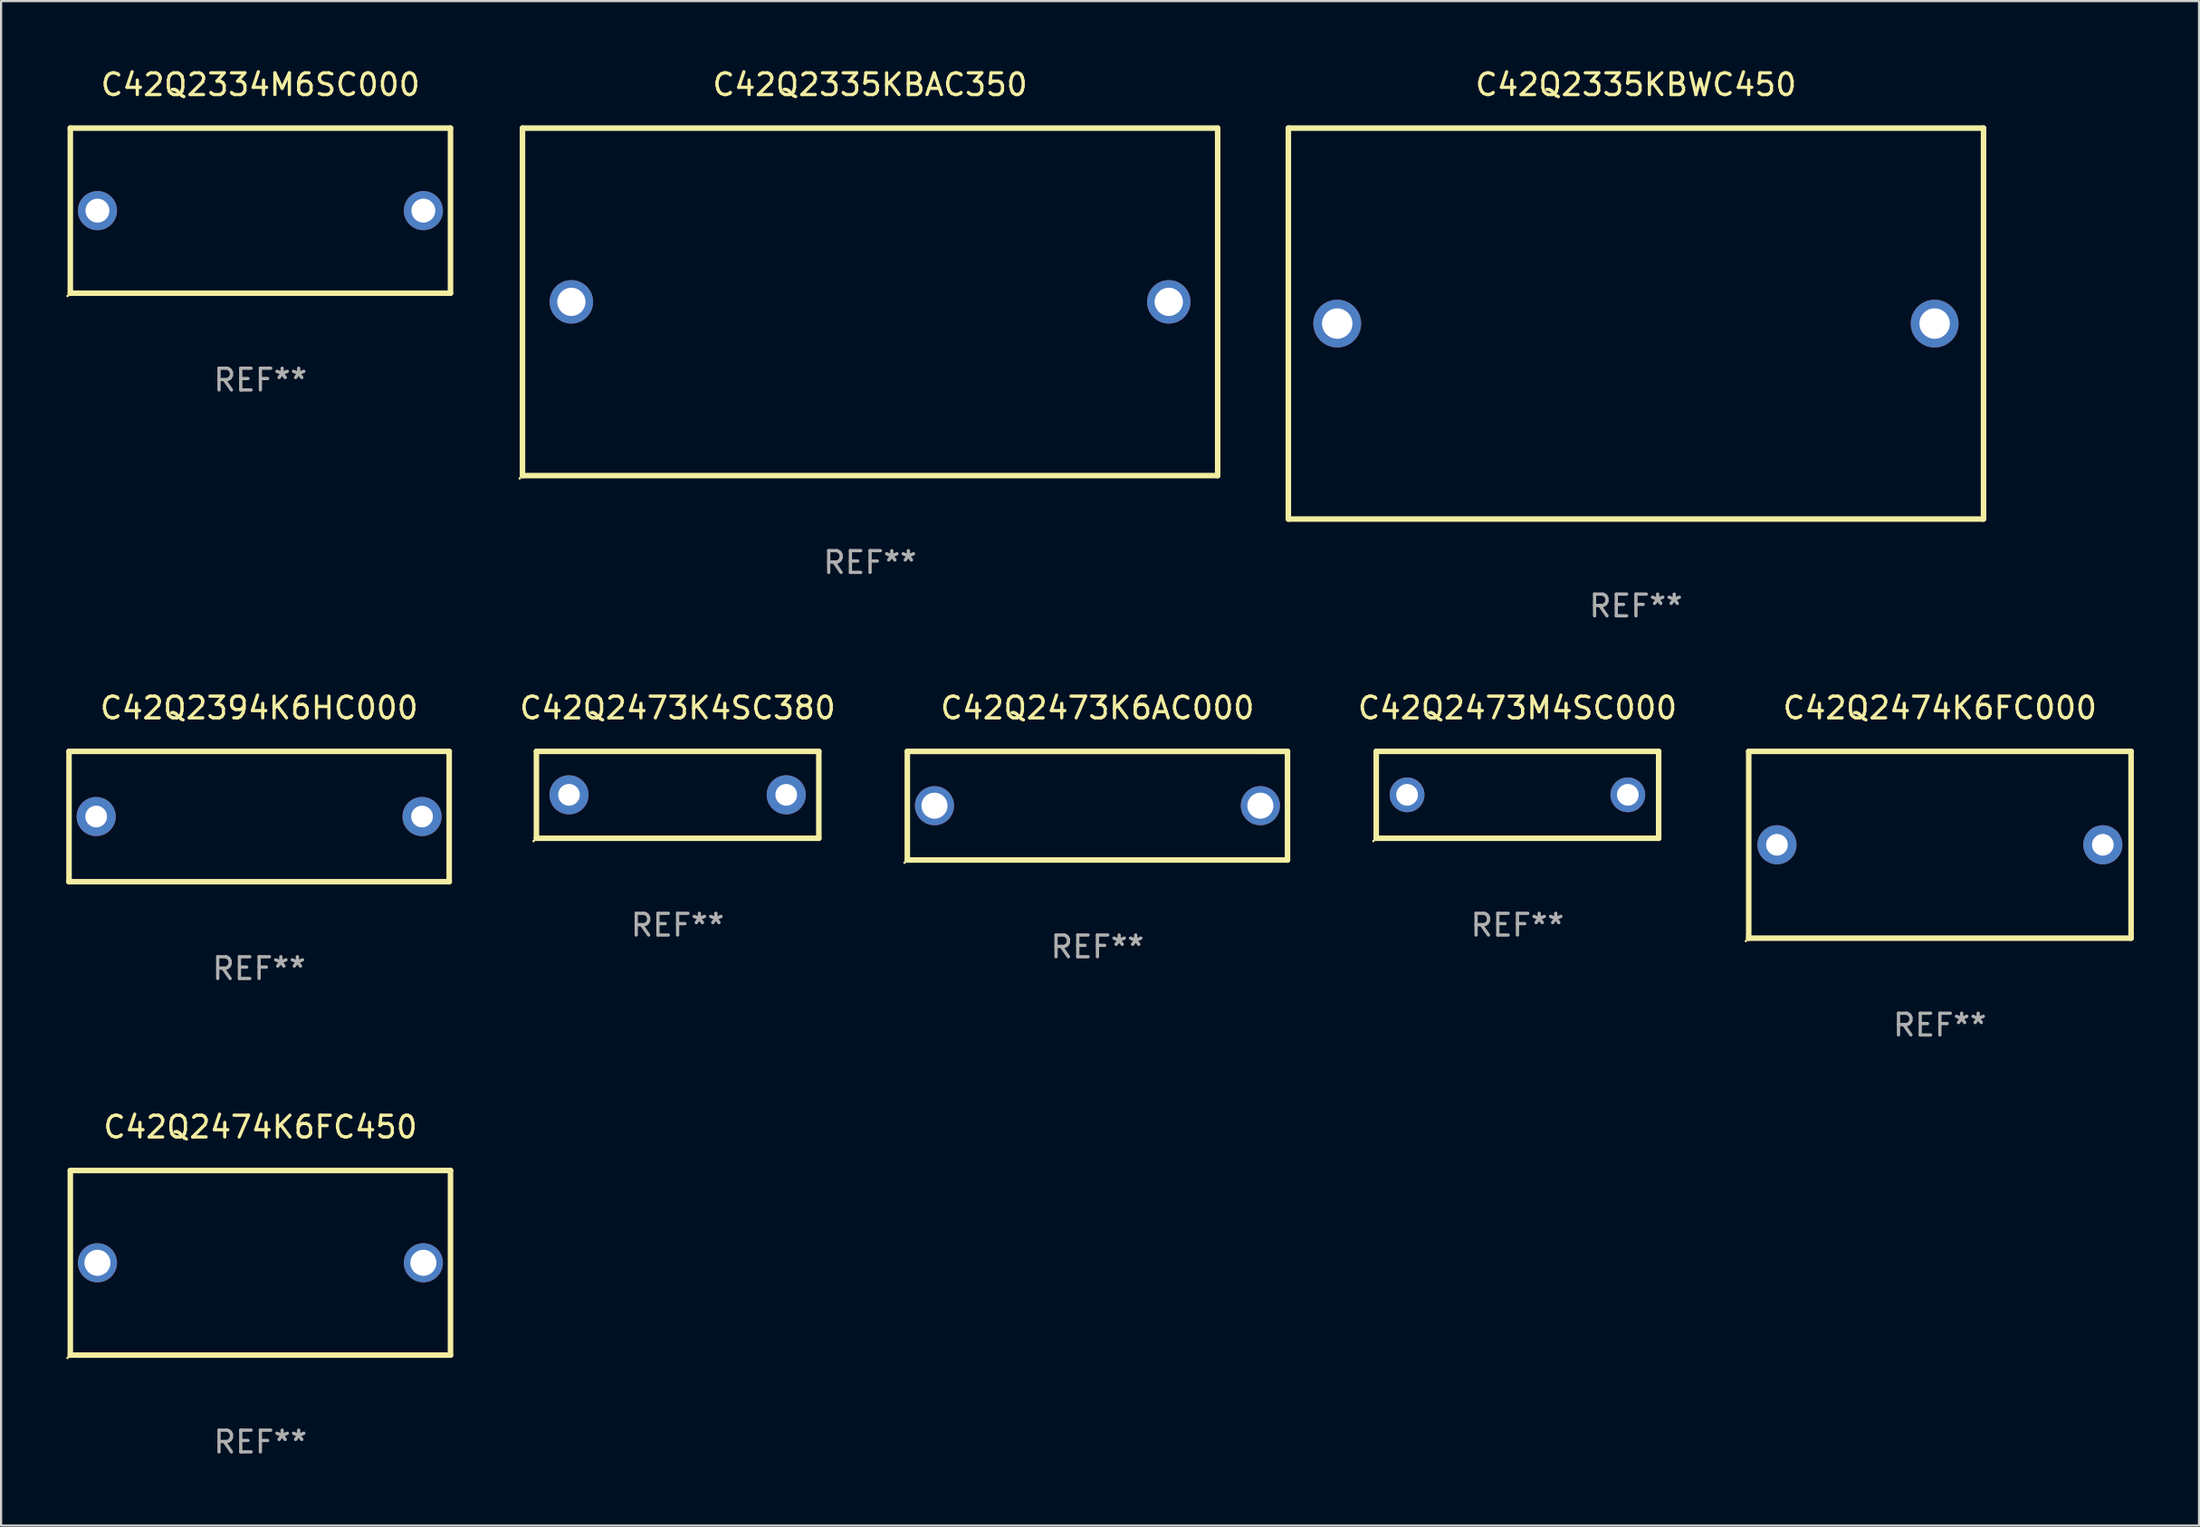
<source format=kicad_pcb>
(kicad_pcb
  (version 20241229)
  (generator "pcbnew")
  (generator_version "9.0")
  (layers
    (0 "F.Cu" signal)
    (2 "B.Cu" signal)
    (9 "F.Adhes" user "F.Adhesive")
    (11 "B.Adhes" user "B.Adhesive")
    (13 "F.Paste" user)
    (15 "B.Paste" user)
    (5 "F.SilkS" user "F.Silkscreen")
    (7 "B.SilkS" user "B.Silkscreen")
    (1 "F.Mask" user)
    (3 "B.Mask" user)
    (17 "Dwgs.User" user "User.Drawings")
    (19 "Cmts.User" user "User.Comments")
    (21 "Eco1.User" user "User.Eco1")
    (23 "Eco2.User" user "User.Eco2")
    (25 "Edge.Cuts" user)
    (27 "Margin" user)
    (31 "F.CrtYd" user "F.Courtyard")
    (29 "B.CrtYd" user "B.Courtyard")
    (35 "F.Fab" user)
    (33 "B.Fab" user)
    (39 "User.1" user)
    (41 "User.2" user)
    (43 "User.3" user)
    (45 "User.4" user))
  (footprint "C42Q2394K6HC000"
    (layer "F.Cu")
    (at 8.877 34.545)
    (property "Reference" "C42Q2394K6HC000" (at 0 -5 0) (layer "F.SilkS") (effects (font (size 1 1) (thickness 0.15))))
    (attr through_hole)
    (fp_line (start -8.75 -3) (end 8.75 -3) (stroke (width 0.254) (type solid)) (layer "F.SilkS"))
    (fp_line (start -8.75 3) (end -8.75 -3) (stroke (width 0.254) (type solid)) (layer "F.SilkS"))
    (fp_line (start 8.75 -3) (end 8.75 3) (stroke (width 0.254) (type solid)) (layer "F.SilkS"))
    (fp_line (start 8.75 3) (end -8.75 3) (stroke (width 0.254) (type solid)) (layer "F.SilkS"))
    (fp_circle (center -8.75 3) (end -8.72 3) (stroke (width 0.06) (type solid)) (fill no) (layer "F.SilkS"))
    (fp_text user "REF**" (at 0 7 0) (layer "F.Fab") (effects (font (size 1 1) (thickness 0.15))))
    (pad "1" thru_hole circle (at -7.5 0) (size 1.8 1.8) (drill 1) (layers "*.Cu" "*.Mask"))
    (pad "2" thru_hole circle (at 7.5 0) (size 1.8 1.8) (drill 1) (layers "*.Cu" "*.Mask")))
  (footprint "C42Q2335KBWC450"
    (layer "F.Cu")
    (at 72.255 11.848)
    (property "Reference" "C42Q2335KBWC450" (at 0 -11 0) (layer "F.SilkS") (effects (font (size 1 1) (thickness 0.15))))
    (attr through_hole)
    (fp_line (start -16 -9) (end 16 -9) (stroke (width 0.254) (type solid)) (layer "F.SilkS"))
    (fp_line (start -16 9) (end -16 -9) (stroke (width 0.254) (type solid)) (layer "F.SilkS"))
    (fp_line (start 16 -9) (end 16 9) (stroke (width 0.254) (type solid)) (layer "F.SilkS"))
    (fp_line (start 16 9) (end -16 9) (stroke (width 0.254) (type solid)) (layer "F.SilkS"))
    (fp_circle (center -16 9) (end -15.97 9) (stroke (width 0.06) (type solid)) (fill no) (layer "F.SilkS"))
    (fp_text user "REF**" (at 0 13 0) (layer "F.Fab") (effects (font (size 1 1) (thickness 0.15))))
    (pad "1" thru_hole circle (at -13.75 0) (size 2.2 2.2) (drill 1.4) (layers "*.Cu" "*.Mask"))
    (pad "2" thru_hole circle (at 13.75 0) (size 2.2 2.2) (drill 1.4) (layers "*.Cu" "*.Mask")))
  (footprint "C42Q2474K6FC450"
    (layer "F.Cu")
    (at 8.937 55.091)
    (property "Reference" "C42Q2474K6FC450" (at 0 -6.25 0) (layer "F.SilkS") (effects (font (size 1 1) (thickness 0.15))))
    (attr through_hole)
    (fp_line (start -8.75 -4.25) (end 8.75 -4.25) (stroke (width 0.254) (type solid)) (layer "F.SilkS"))
    (fp_line (start -8.75 4.25) (end -8.75 -4.25) (stroke (width 0.254) (type solid)) (layer "F.SilkS"))
    (fp_line (start 8.75 -4.25) (end 8.75 4.25) (stroke (width 0.254) (type solid)) (layer "F.SilkS"))
    (fp_line (start 8.75 4.25) (end -8.75 4.25) (stroke (width 0.254) (type solid)) (layer "F.SilkS"))
    (fp_circle (center -8.877 4.377) (end -8.847 4.377) (stroke (width 0.06) (type solid)) (fill no) (layer "F.SilkS"))
    (fp_text user "REF**" (at 0 8.25 0) (layer "F.Fab") (effects (font (size 1 1) (thickness 0.15))))
    (pad "1" thru_hole circle (at -7.501 -0.000025) (size 1.8 1.8) (drill 1.2) (layers "*.Cu" "*.Mask"))
    (pad "2" thru_hole circle (at 7.501 -0.000025) (size 1.8 1.8) (drill 1.2) (layers "*.Cu" "*.Mask")))
  (footprint "C42Q2334M6SC000"
    (layer "F.Cu")
    (at 8.937 6.648)
    (property "Reference" "C42Q2334M6SC000" (at 0 -5.8 0) (layer "F.SilkS") (effects (font (size 1 1) (thickness 0.15))))
    (attr through_hole)
    (fp_line (start -8.75 -3.8) (end 8.75 -3.8) (stroke (width 0.254) (type solid)) (layer "F.SilkS"))
    (fp_line (start -8.75 3.8) (end -8.75 -3.8) (stroke (width 0.254) (type solid)) (layer "F.SilkS"))
    (fp_line (start 8.75 -3.8) (end 8.75 3.8) (stroke (width 0.254) (type solid)) (layer "F.SilkS"))
    (fp_line (start 8.75 3.8) (end -8.75 3.8) (stroke (width 0.254) (type solid)) (layer "F.SilkS"))
    (fp_circle (center -8.877 3.927) (end -8.847 3.927) (stroke (width 0.06) (type solid)) (fill no) (layer "F.SilkS"))
    (fp_text user "REF**" (at 0 7.8 0) (layer "F.Fab") (effects (font (size 1 1) (thickness 0.15))))
    (pad "1" thru_hole circle (at -7.501 0) (size 1.8 1.8) (drill 1.1) (layers "*.Cu" "*.Mask"))
    (pad "2" thru_hole circle (at 7.501 0) (size 1.8 1.8) (drill 1.1) (layers "*.Cu" "*.Mask")))
  (footprint "C42Q2473K6AC000"
    (layer "F.Cu")
    (at 47.466 34.045)
    (property "Reference" "C42Q2473K6AC000" (at 0 -4.5 0) (layer "F.SilkS") (effects (font (size 1 1) (thickness 0.15))))
    (attr through_hole)
    (fp_line (start -8.75 -2.499) (end 7.653 -2.499) (stroke (width 0.254) (type solid)) (layer "F.SilkS"))
    (fp_line (start -8.75 2.5) (end -8.75 -2.5) (stroke (width 0.254) (type solid)) (layer "F.SilkS"))
    (fp_line (start 7.653 -2.499) (end 8.75 -2.499) (stroke (width 0.254) (type solid)) (layer "F.SilkS"))
    (fp_line (start 8.75 -2.5) (end 8.75 2.5) (stroke (width 0.254) (type solid)) (layer "F.SilkS"))
    (fp_line (start 8.75 2.5) (end -8.75 2.5) (stroke (width 0.254) (type solid)) (layer "F.SilkS"))
    (fp_circle (center -8.877 2.627) (end -8.847 2.627) (stroke (width 0.06) (type solid)) (fill no) (layer "F.SilkS"))
    (fp_text user "REF**" (at 0 6.5 0) (layer "F.Fab") (effects (font (size 1 1) (thickness 0.15))))
    (pad "1" thru_hole circle (at -7.501 0) (size 1.8 1.8) (drill 1.2) (layers "*.Cu" "*.Mask"))
    (pad "2" thru_hole circle (at 7.501 0) (size 1.8 1.8) (drill 1.2) (layers "*.Cu" "*.Mask")))
  (footprint "C42Q2474K6FC000"
    (layer "F.Cu")
    (at 86.247 35.845)
    (property "Reference" "C42Q2474K6FC000" (at 0 -6.3 0) (layer "F.SilkS") (effects (font (size 1 1) (thickness 0.15))))
    (attr through_hole)
    (fp_line (start -8.8 -4.3) (end -8.8 4.3) (stroke (width 0.254) (type solid)) (layer "F.SilkS"))
    (fp_line (start -8.8 -4.3) (end 8.8 -4.3) (stroke (width 0.254) (type solid)) (layer "F.SilkS"))
    (fp_line (start -8.8 4.3) (end 8.8 4.3) (stroke (width 0.254) (type solid)) (layer "F.SilkS"))
    (fp_line (start 8.8 -4.3) (end 8.8 4.3) (stroke (width 0.254) (type solid)) (layer "F.SilkS"))
    (fp_circle (center -8.927 4.427) (end -8.897 4.427) (stroke (width 0.06) (type solid)) (fill no) (layer "F.SilkS"))
    (fp_text user "REF**" (at 0 8.3 0) (layer "F.Fab") (effects (font (size 1 1) (thickness 0.15))))
    (pad "1" thru_hole circle (at -7.5 0) (size 1.8 1.8) (drill 1) (layers "*.Cu" "*.Mask"))
    (pad "2" thru_hole circle (at 7.5 0) (size 1.8 1.8) (drill 1) (layers "*.Cu" "*.Mask")))
  (footprint "C42Q2473M4SC000"
    (layer "F.Cu")
    (at 66.801 33.545)
    (property "Reference" "C42Q2473M4SC000" (at 0 -4 0) (layer "F.SilkS") (effects (font (size 1 1) (thickness 0.15))))
    (attr through_hole)
    (fp_line (start -6.5 -2) (end 6.5 -2) (stroke (width 0.254) (type solid)) (layer "F.SilkS"))
    (fp_line (start -6.5 2) (end -6.5 -2) (stroke (width 0.254) (type solid)) (layer "F.SilkS"))
    (fp_line (start 6.5 -2) (end 6.5 2) (stroke (width 0.254) (type solid)) (layer "F.SilkS"))
    (fp_line (start 6.5 2) (end -6.5 2) (stroke (width 0.254) (type solid)) (layer "F.SilkS"))
    (fp_circle (center -6.627 2.127) (end -6.597 2.127) (stroke (width 0.06) (type solid)) (fill no) (layer "F.SilkS"))
    (fp_text user "REF**" (at 0 6 0) (layer "F.Fab") (effects (font (size 1 1) (thickness 0.15))))
    (pad "1" thru_hole circle (at -5.08 0) (size 1.6 1.6) (drill 1) (layers "*.Cu" "*.Mask"))
    (pad "2" thru_hole circle (at 5.08 0) (size 1.6 1.6) (drill 1) (layers "*.Cu" "*.Mask")))
  (footprint "C42Q2335KBAC350"
    (layer "F.Cu")
    (at 37.001 10.848)
    (property "Reference" "C42Q2335KBAC350" (at 0 -10 0) (layer "F.SilkS") (effects (font (size 1 1) (thickness 0.15))))
    (attr through_hole)
    (fp_line (start -16 -8) (end 16 -8) (stroke (width 0.254) (type solid)) (layer "F.SilkS"))
    (fp_line (start -16 8) (end -16 -8) (stroke (width 0.254) (type solid)) (layer "F.SilkS"))
    (fp_line (start -16 8) (end 16 8) (stroke (width 0.254) (type solid)) (layer "F.SilkS"))
    (fp_line (start 16 -8) (end 16 8) (stroke (width 0.254) (type solid)) (layer "F.SilkS"))
    (fp_circle (center -16.127 8.127) (end -16.097 8.127) (stroke (width 0.06) (type solid)) (fill no) (layer "F.SilkS"))
    (fp_text user "REF**" (at 0 12 0) (layer "F.Fab") (effects (font (size 1 1) (thickness 0.15))))
    (pad "1" thru_hole circle (at -13.75 0) (size 2 2) (drill 1.3) (layers "*.Cu" "*.Mask"))
    (pad "2" thru_hole circle (at 13.75 0) (size 2 2) (drill 1.3) (layers "*.Cu" "*.Mask")))
  (footprint "C42Q2473K4SC380"
    (layer "F.Cu")
    (at 28.142 33.545)
    (property "Reference" "C42Q2473K4SC380" (at 0 -4 0) (layer "F.SilkS") (effects (font (size 1 1) (thickness 0.15))))
    (attr through_hole)
    (fp_line (start -6.5 -2) (end 6.5 -2) (stroke (width 0.254) (type solid)) (layer "F.SilkS"))
    (fp_line (start -6.5 2) (end -6.5 -2) (stroke (width 0.254) (type solid)) (layer "F.SilkS"))
    (fp_line (start 6.5 -2) (end 6.5 2) (stroke (width 0.254) (type solid)) (layer "F.SilkS"))
    (fp_line (start 6.5 2) (end -6.5 2) (stroke (width 0.254) (type solid)) (layer "F.SilkS"))
    (fp_circle (center -6.627 2.127) (end -6.597 2.127) (stroke (width 0.06) (type solid)) (fill no) (layer "F.SilkS"))
    (fp_text user "REF**" (at 0 6 0) (layer "F.Fab") (effects (font (size 1 1) (thickness 0.15))))
    (pad "1" thru_hole circle (at -5 0) (size 1.8 1.8) (drill 1) (layers "*.Cu" "*.Mask"))
    (pad "2" thru_hole circle (at 5 0) (size 1.8 1.8) (drill 1) (layers "*.Cu" "*.Mask")))
  (gr_rect
    (start -3 -3)
    (end 98.174 67.19)
    (stroke (width 0.1) (type default))
    (fill no)
    (layer "Edge.Cuts")))
</source>
